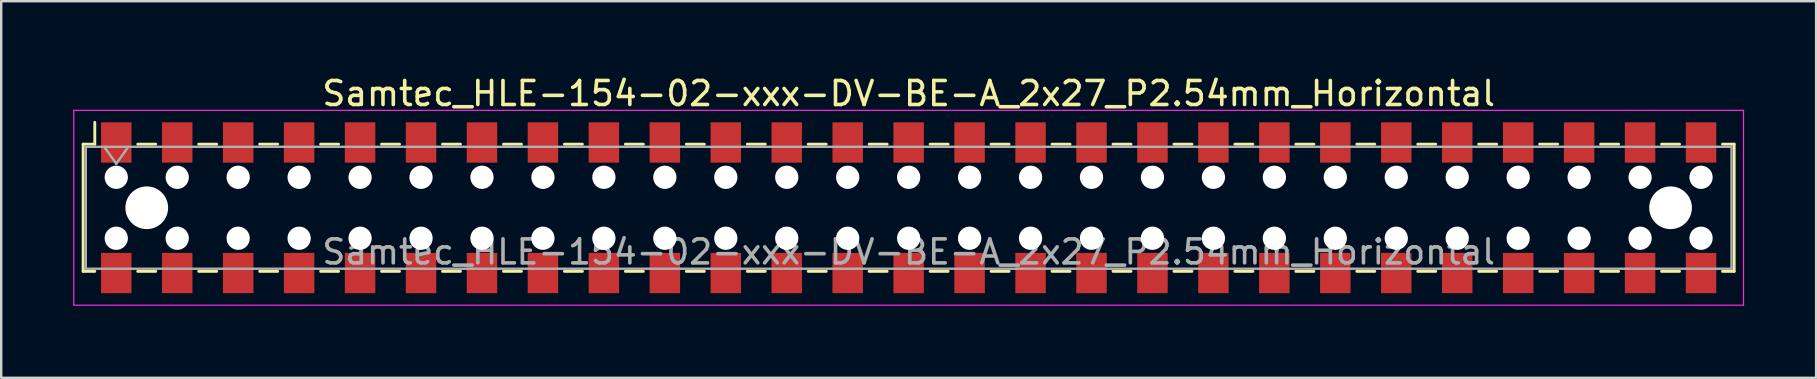
<source format=kicad_pcb>
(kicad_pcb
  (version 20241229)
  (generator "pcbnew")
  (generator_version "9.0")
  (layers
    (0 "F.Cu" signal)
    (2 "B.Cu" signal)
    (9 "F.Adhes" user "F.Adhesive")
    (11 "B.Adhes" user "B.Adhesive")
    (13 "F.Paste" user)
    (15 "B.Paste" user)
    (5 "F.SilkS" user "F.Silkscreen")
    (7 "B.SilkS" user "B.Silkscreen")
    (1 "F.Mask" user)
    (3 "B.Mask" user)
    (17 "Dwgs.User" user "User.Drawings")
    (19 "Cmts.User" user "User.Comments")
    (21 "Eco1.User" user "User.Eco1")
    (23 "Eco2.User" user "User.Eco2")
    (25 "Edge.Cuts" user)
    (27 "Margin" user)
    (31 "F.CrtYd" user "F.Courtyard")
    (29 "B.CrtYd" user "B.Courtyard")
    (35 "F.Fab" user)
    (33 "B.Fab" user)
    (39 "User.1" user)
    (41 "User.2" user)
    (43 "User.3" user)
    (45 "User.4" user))
  (footprint "Samtec_HLE-154-02-xxx-DV-BE-A_2x27_P2.54mm_Horizontal"
    (layer "F.Cu")
    (at 34.815 5.608)
    (property "Reference" "Samtec_HLE-154-02-xxx-DV-BE-A_2x27_P2.54mm_Horizontal" (at 0 -4.76 0) (layer "F.SilkS") (effects (font (size 1 1) (thickness 0.15))))
    (attr smd)
    (fp_line (start -34.4 -2.65) (end -34.4 2.65) (stroke (width 0.12) (type solid)) (layer "F.SilkS"))
    (fp_line (start -34.4 2.65) (end -33.915 2.65) (stroke (width 0.12) (type solid)) (layer "F.SilkS"))
    (fp_line (start -33.915 -3.56) (end -33.915 -2.65) (stroke (width 0.12) (type solid)) (layer "F.SilkS"))
    (fp_line (start -33.915 -2.65) (end -34.4 -2.65) (stroke (width 0.12) (type solid)) (layer "F.SilkS"))
    (fp_line (start -32.125 -2.65) (end -31.375 -2.65) (stroke (width 0.12) (type solid)) (layer "F.SilkS"))
    (fp_line (start -32.125 2.65) (end -31.375 2.65) (stroke (width 0.12) (type solid)) (layer "F.SilkS"))
    (fp_line (start -29.585 -2.65) (end -28.835 -2.65) (stroke (width 0.12) (type solid)) (layer "F.SilkS"))
    (fp_line (start -29.585 2.65) (end -28.835 2.65) (stroke (width 0.12) (type solid)) (layer "F.SilkS"))
    (fp_line (start -27.045 -2.65) (end -26.295 -2.65) (stroke (width 0.12) (type solid)) (layer "F.SilkS"))
    (fp_line (start -27.045 2.65) (end -26.295 2.65) (stroke (width 0.12) (type solid)) (layer "F.SilkS"))
    (fp_line (start -24.505 -2.65) (end -23.755 -2.65) (stroke (width 0.12) (type solid)) (layer "F.SilkS"))
    (fp_line (start -24.505 2.65) (end -23.755 2.65) (stroke (width 0.12) (type solid)) (layer "F.SilkS"))
    (fp_line (start -21.965 -2.65) (end -21.215 -2.65) (stroke (width 0.12) (type solid)) (layer "F.SilkS"))
    (fp_line (start -21.965 2.65) (end -21.215 2.65) (stroke (width 0.12) (type solid)) (layer "F.SilkS"))
    (fp_line (start -19.425 -2.65) (end -18.675 -2.65) (stroke (width 0.12) (type solid)) (layer "F.SilkS"))
    (fp_line (start -19.425 2.65) (end -18.675 2.65) (stroke (width 0.12) (type solid)) (layer "F.SilkS"))
    (fp_line (start -16.885 -2.65) (end -16.135 -2.65) (stroke (width 0.12) (type solid)) (layer "F.SilkS"))
    (fp_line (start -16.885 2.65) (end -16.135 2.65) (stroke (width 0.12) (type solid)) (layer "F.SilkS"))
    (fp_line (start -14.345 -2.65) (end -13.595 -2.65) (stroke (width 0.12) (type solid)) (layer "F.SilkS"))
    (fp_line (start -14.345 2.65) (end -13.595 2.65) (stroke (width 0.12) (type solid)) (layer "F.SilkS"))
    (fp_line (start -11.805 -2.65) (end -11.055 -2.65) (stroke (width 0.12) (type solid)) (layer "F.SilkS"))
    (fp_line (start -11.805 2.65) (end -11.055 2.65) (stroke (width 0.12) (type solid)) (layer "F.SilkS"))
    (fp_line (start -9.265 -2.65) (end -8.515 -2.65) (stroke (width 0.12) (type solid)) (layer "F.SilkS"))
    (fp_line (start -9.265 2.65) (end -8.515 2.65) (stroke (width 0.12) (type solid)) (layer "F.SilkS"))
    (fp_line (start -6.725 -2.65) (end -5.975 -2.65) (stroke (width 0.12) (type solid)) (layer "F.SilkS"))
    (fp_line (start -6.725 2.65) (end -5.975 2.65) (stroke (width 0.12) (type solid)) (layer "F.SilkS"))
    (fp_line (start -4.185 -2.65) (end -3.435 -2.65) (stroke (width 0.12) (type solid)) (layer "F.SilkS"))
    (fp_line (start -4.185 2.65) (end -3.435 2.65) (stroke (width 0.12) (type solid)) (layer "F.SilkS"))
    (fp_line (start -1.645 -2.65) (end -0.895 -2.65) (stroke (width 0.12) (type solid)) (layer "F.SilkS"))
    (fp_line (start -1.645 2.65) (end -0.895 2.65) (stroke (width 0.12) (type solid)) (layer "F.SilkS"))
    (fp_line (start 0.895 -2.65) (end 1.645 -2.65) (stroke (width 0.12) (type solid)) (layer "F.SilkS"))
    (fp_line (start 0.895 2.65) (end 1.645 2.65) (stroke (width 0.12) (type solid)) (layer "F.SilkS"))
    (fp_line (start 3.435 -2.65) (end 4.185 -2.65) (stroke (width 0.12) (type solid)) (layer "F.SilkS"))
    (fp_line (start 3.435 2.65) (end 4.185 2.65) (stroke (width 0.12) (type solid)) (layer "F.SilkS"))
    (fp_line (start 5.975 -2.65) (end 6.725 -2.65) (stroke (width 0.12) (type solid)) (layer "F.SilkS"))
    (fp_line (start 5.975 2.65) (end 6.725 2.65) (stroke (width 0.12) (type solid)) (layer "F.SilkS"))
    (fp_line (start 8.515 -2.65) (end 9.265 -2.65) (stroke (width 0.12) (type solid)) (layer "F.SilkS"))
    (fp_line (start 8.515 2.65) (end 9.265 2.65) (stroke (width 0.12) (type solid)) (layer "F.SilkS"))
    (fp_line (start 11.055 -2.65) (end 11.805 -2.65) (stroke (width 0.12) (type solid)) (layer "F.SilkS"))
    (fp_line (start 11.055 2.65) (end 11.805 2.65) (stroke (width 0.12) (type solid)) (layer "F.SilkS"))
    (fp_line (start 13.595 -2.65) (end 14.345 -2.65) (stroke (width 0.12) (type solid)) (layer "F.SilkS"))
    (fp_line (start 13.595 2.65) (end 14.345 2.65) (stroke (width 0.12) (type solid)) (layer "F.SilkS"))
    (fp_line (start 16.135 -2.65) (end 16.885 -2.65) (stroke (width 0.12) (type solid)) (layer "F.SilkS"))
    (fp_line (start 16.135 2.65) (end 16.885 2.65) (stroke (width 0.12) (type solid)) (layer "F.SilkS"))
    (fp_line (start 18.675 -2.65) (end 19.425 -2.65) (stroke (width 0.12) (type solid)) (layer "F.SilkS"))
    (fp_line (start 18.675 2.65) (end 19.425 2.65) (stroke (width 0.12) (type solid)) (layer "F.SilkS"))
    (fp_line (start 21.215 -2.65) (end 21.965 -2.65) (stroke (width 0.12) (type solid)) (layer "F.SilkS"))
    (fp_line (start 21.215 2.65) (end 21.965 2.65) (stroke (width 0.12) (type solid)) (layer "F.SilkS"))
    (fp_line (start 23.755 -2.65) (end 24.505 -2.65) (stroke (width 0.12) (type solid)) (layer "F.SilkS"))
    (fp_line (start 23.755 2.65) (end 24.505 2.65) (stroke (width 0.12) (type solid)) (layer "F.SilkS"))
    (fp_line (start 26.295 -2.65) (end 27.045 -2.65) (stroke (width 0.12) (type solid)) (layer "F.SilkS"))
    (fp_line (start 26.295 2.65) (end 27.045 2.65) (stroke (width 0.12) (type solid)) (layer "F.SilkS"))
    (fp_line (start 28.835 -2.65) (end 29.585 -2.65) (stroke (width 0.12) (type solid)) (layer "F.SilkS"))
    (fp_line (start 28.835 2.65) (end 29.585 2.65) (stroke (width 0.12) (type solid)) (layer "F.SilkS"))
    (fp_line (start 31.375 -2.65) (end 32.125 -2.65) (stroke (width 0.12) (type solid)) (layer "F.SilkS"))
    (fp_line (start 31.375 2.65) (end 32.125 2.65) (stroke (width 0.12) (type solid)) (layer "F.SilkS"))
    (fp_line (start 33.915 -2.65) (end 34.4 -2.65) (stroke (width 0.12) (type solid)) (layer "F.SilkS"))
    (fp_line (start 34.4 -2.65) (end 34.4 2.65) (stroke (width 0.12) (type solid)) (layer "F.SilkS"))
    (fp_line (start 34.4 2.65) (end 33.915 2.65) (stroke (width 0.12) (type solid)) (layer "F.SilkS"))
    (fp_line (start -34.79 -4.06) (end 34.79 -4.06) (stroke (width 0.05) (type solid)) (layer "F.CrtYd"))
    (fp_line (start -34.79 4.06) (end -34.79 -4.06) (stroke (width 0.05) (type solid)) (layer "F.CrtYd"))
    (fp_line (start 34.79 -4.06) (end 34.79 4.06) (stroke (width 0.05) (type solid)) (layer "F.CrtYd"))
    (fp_line (start 34.79 4.06) (end -34.79 4.06) (stroke (width 0.05) (type solid)) (layer "F.CrtYd"))
    (fp_line (start -34.29 -2.54) (end 34.29 -2.54) (stroke (width 0.1) (type solid)) (layer "F.Fab"))
    (fp_line (start -34.29 2.54) (end -34.29 -2.54) (stroke (width 0.1) (type solid)) (layer "F.Fab"))
    (fp_line (start -33.52 -2.54) (end -33.02 -1.833) (stroke (width 0.1) (type solid)) (layer "F.Fab"))
    (fp_line (start -33.02 -1.833) (end -32.52 -2.54) (stroke (width 0.1) (type solid)) (layer "F.Fab"))
    (fp_line (start 34.29 -2.54) (end 34.29 2.54) (stroke (width 0.1) (type solid)) (layer "F.Fab"))
    (fp_line (start 34.29 2.54) (end -34.29 2.54) (stroke (width 0.1) (type solid)) (layer "F.Fab"))
    (fp_text user "${REFERENCE}" (at 0 1.84 0) (layer "F.Fab") (effects (font (size 1 1) (thickness 0.15))))
    (pad "" np_thru_hole circle (at -33.02 -1.27) (size 0.97 0.97) (drill 0.97) (layers "*.Cu" "*.Mask"))
    (pad "" np_thru_hole circle (at -33.02 1.27) (size 0.97 0.97) (drill 0.97) (layers "*.Cu" "*.Mask"))
    (pad "" np_thru_hole circle (at -31.75 0) (size 1.78 1.78) (drill 1.78) (layers "*.Cu" "*.Mask"))
    (pad "" np_thru_hole circle (at -30.48 -1.27) (size 0.97 0.97) (drill 0.97) (layers "*.Cu" "*.Mask"))
    (pad "" np_thru_hole circle (at -30.48 1.27) (size 0.97 0.97) (drill 0.97) (layers "*.Cu" "*.Mask"))
    (pad "" np_thru_hole circle (at -27.94 -1.27) (size 0.97 0.97) (drill 0.97) (layers "*.Cu" "*.Mask"))
    (pad "" np_thru_hole circle (at -27.94 1.27) (size 0.97 0.97) (drill 0.97) (layers "*.Cu" "*.Mask"))
    (pad "" np_thru_hole circle (at -25.4 -1.27) (size 0.97 0.97) (drill 0.97) (layers "*.Cu" "*.Mask"))
    (pad "" np_thru_hole circle (at -25.4 1.27) (size 0.97 0.97) (drill 0.97) (layers "*.Cu" "*.Mask"))
    (pad "" np_thru_hole circle (at -22.86 -1.27) (size 0.97 0.97) (drill 0.97) (layers "*.Cu" "*.Mask"))
    (pad "" np_thru_hole circle (at -22.86 1.27) (size 0.97 0.97) (drill 0.97) (layers "*.Cu" "*.Mask"))
    (pad "" np_thru_hole circle (at -20.32 -1.27) (size 0.97 0.97) (drill 0.97) (layers "*.Cu" "*.Mask"))
    (pad "" np_thru_hole circle (at -20.32 1.27) (size 0.97 0.97) (drill 0.97) (layers "*.Cu" "*.Mask"))
    (pad "" np_thru_hole circle (at -17.78 -1.27) (size 0.97 0.97) (drill 0.97) (layers "*.Cu" "*.Mask"))
    (pad "" np_thru_hole circle (at -17.78 1.27) (size 0.97 0.97) (drill 0.97) (layers "*.Cu" "*.Mask"))
    (pad "" np_thru_hole circle (at -15.24 -1.27) (size 0.97 0.97) (drill 0.97) (layers "*.Cu" "*.Mask"))
    (pad "" np_thru_hole circle (at -15.24 1.27) (size 0.97 0.97) (drill 0.97) (layers "*.Cu" "*.Mask"))
    (pad "" np_thru_hole circle (at -12.7 -1.27) (size 0.97 0.97) (drill 0.97) (layers "*.Cu" "*.Mask"))
    (pad "" np_thru_hole circle (at -12.7 1.27) (size 0.97 0.97) (drill 0.97) (layers "*.Cu" "*.Mask"))
    (pad "" np_thru_hole circle (at -10.16 -1.27) (size 0.97 0.97) (drill 0.97) (layers "*.Cu" "*.Mask"))
    (pad "" np_thru_hole circle (at -10.16 1.27) (size 0.97 0.97) (drill 0.97) (layers "*.Cu" "*.Mask"))
    (pad "" np_thru_hole circle (at -7.62 -1.27) (size 0.97 0.97) (drill 0.97) (layers "*.Cu" "*.Mask"))
    (pad "" np_thru_hole circle (at -7.62 1.27) (size 0.97 0.97) (drill 0.97) (layers "*.Cu" "*.Mask"))
    (pad "" np_thru_hole circle (at -5.08 -1.27) (size 0.97 0.97) (drill 0.97) (layers "*.Cu" "*.Mask"))
    (pad "" np_thru_hole circle (at -5.08 1.27) (size 0.97 0.97) (drill 0.97) (layers "*.Cu" "*.Mask"))
    (pad "" np_thru_hole circle (at -2.54 -1.27) (size 0.97 0.97) (drill 0.97) (layers "*.Cu" "*.Mask"))
    (pad "" np_thru_hole circle (at -2.54 1.27) (size 0.97 0.97) (drill 0.97) (layers "*.Cu" "*.Mask"))
    (pad "" np_thru_hole circle (at 0 -1.27) (size 0.97 0.97) (drill 0.97) (layers "*.Cu" "*.Mask"))
    (pad "" np_thru_hole circle (at 0 1.27) (size 0.97 0.97) (drill 0.97) (layers "*.Cu" "*.Mask"))
    (pad "" np_thru_hole circle (at 2.54 -1.27) (size 0.97 0.97) (drill 0.97) (layers "*.Cu" "*.Mask"))
    (pad "" np_thru_hole circle (at 2.54 1.27) (size 0.97 0.97) (drill 0.97) (layers "*.Cu" "*.Mask"))
    (pad "" np_thru_hole circle (at 5.08 -1.27) (size 0.97 0.97) (drill 0.97) (layers "*.Cu" "*.Mask"))
    (pad "" np_thru_hole circle (at 5.08 1.27) (size 0.97 0.97) (drill 0.97) (layers "*.Cu" "*.Mask"))
    (pad "" np_thru_hole circle (at 7.62 -1.27) (size 0.97 0.97) (drill 0.97) (layers "*.Cu" "*.Mask"))
    (pad "" np_thru_hole circle (at 7.62 1.27) (size 0.97 0.97) (drill 0.97) (layers "*.Cu" "*.Mask"))
    (pad "" np_thru_hole circle (at 10.16 -1.27) (size 0.97 0.97) (drill 0.97) (layers "*.Cu" "*.Mask"))
    (pad "" np_thru_hole circle (at 10.16 1.27) (size 0.97 0.97) (drill 0.97) (layers "*.Cu" "*.Mask"))
    (pad "" np_thru_hole circle (at 12.7 -1.27) (size 0.97 0.97) (drill 0.97) (layers "*.Cu" "*.Mask"))
    (pad "" np_thru_hole circle (at 12.7 1.27) (size 0.97 0.97) (drill 0.97) (layers "*.Cu" "*.Mask"))
    (pad "" np_thru_hole circle (at 15.24 -1.27) (size 0.97 0.97) (drill 0.97) (layers "*.Cu" "*.Mask"))
    (pad "" np_thru_hole circle (at 15.24 1.27) (size 0.97 0.97) (drill 0.97) (layers "*.Cu" "*.Mask"))
    (pad "" np_thru_hole circle (at 17.78 -1.27) (size 0.97 0.97) (drill 0.97) (layers "*.Cu" "*.Mask"))
    (pad "" np_thru_hole circle (at 17.78 1.27) (size 0.97 0.97) (drill 0.97) (layers "*.Cu" "*.Mask"))
    (pad "" np_thru_hole circle (at 20.32 -1.27) (size 0.97 0.97) (drill 0.97) (layers "*.Cu" "*.Mask"))
    (pad "" np_thru_hole circle (at 20.32 1.27) (size 0.97 0.97) (drill 0.97) (layers "*.Cu" "*.Mask"))
    (pad "" np_thru_hole circle (at 22.86 -1.27) (size 0.97 0.97) (drill 0.97) (layers "*.Cu" "*.Mask"))
    (pad "" np_thru_hole circle (at 22.86 1.27) (size 0.97 0.97) (drill 0.97) (layers "*.Cu" "*.Mask"))
    (pad "" np_thru_hole circle (at 25.4 -1.27) (size 0.97 0.97) (drill 0.97) (layers "*.Cu" "*.Mask"))
    (pad "" np_thru_hole circle (at 25.4 1.27) (size 0.97 0.97) (drill 0.97) (layers "*.Cu" "*.Mask"))
    (pad "" np_thru_hole circle (at 27.94 -1.27) (size 0.97 0.97) (drill 0.97) (layers "*.Cu" "*.Mask"))
    (pad "" np_thru_hole circle (at 27.94 1.27) (size 0.97 0.97) (drill 0.97) (layers "*.Cu" "*.Mask"))
    (pad "" np_thru_hole circle (at 30.48 -1.27) (size 0.97 0.97) (drill 0.97) (layers "*.Cu" "*.Mask"))
    (pad "" np_thru_hole circle (at 30.48 1.27) (size 0.97 0.97) (drill 0.97) (layers "*.Cu" "*.Mask"))
    (pad "" np_thru_hole circle (at 31.75 0) (size 1.78 1.78) (drill 1.78) (layers "*.Cu" "*.Mask"))
    (pad "" np_thru_hole circle (at 33.02 -1.27) (size 0.97 0.97) (drill 0.97) (layers "*.Cu" "*.Mask"))
    (pad "" np_thru_hole circle (at 33.02 1.27) (size 0.97 0.97) (drill 0.97) (layers "*.Cu" "*.Mask"))
    (pad "1" smd rect (at -33.02 -2.72) (size 1.27 1.68) (layers "F.Cu" "F.Mask" "F.Paste"))
    (pad "2" smd rect (at -33.02 2.72) (size 1.27 1.68) (layers "F.Cu" "F.Mask" "F.Paste"))
    (pad "3" smd rect (at -30.48 -2.72) (size 1.27 1.68) (layers "F.Cu" "F.Mask" "F.Paste"))
    (pad "4" smd rect (at -30.48 2.72) (size 1.27 1.68) (layers "F.Cu" "F.Mask" "F.Paste"))
    (pad "5" smd rect (at -27.94 -2.72) (size 1.27 1.68) (layers "F.Cu" "F.Mask" "F.Paste"))
    (pad "6" smd rect (at -27.94 2.72) (size 1.27 1.68) (layers "F.Cu" "F.Mask" "F.Paste"))
    (pad "7" smd rect (at -25.4 -2.72) (size 1.27 1.68) (layers "F.Cu" "F.Mask" "F.Paste"))
    (pad "8" smd rect (at -25.4 2.72) (size 1.27 1.68) (layers "F.Cu" "F.Mask" "F.Paste"))
    (pad "9" smd rect (at -22.86 -2.72) (size 1.27 1.68) (layers "F.Cu" "F.Mask" "F.Paste"))
    (pad "10" smd rect (at -22.86 2.72) (size 1.27 1.68) (layers "F.Cu" "F.Mask" "F.Paste"))
    (pad "11" smd rect (at -20.32 -2.72) (size 1.27 1.68) (layers "F.Cu" "F.Mask" "F.Paste"))
    (pad "12" smd rect (at -20.32 2.72) (size 1.27 1.68) (layers "F.Cu" "F.Mask" "F.Paste"))
    (pad "13" smd rect (at -17.78 -2.72) (size 1.27 1.68) (layers "F.Cu" "F.Mask" "F.Paste"))
    (pad "14" smd rect (at -17.78 2.72) (size 1.27 1.68) (layers "F.Cu" "F.Mask" "F.Paste"))
    (pad "15" smd rect (at -15.24 -2.72) (size 1.27 1.68) (layers "F.Cu" "F.Mask" "F.Paste"))
    (pad "16" smd rect (at -15.24 2.72) (size 1.27 1.68) (layers "F.Cu" "F.Mask" "F.Paste"))
    (pad "17" smd rect (at -12.7 -2.72) (size 1.27 1.68) (layers "F.Cu" "F.Mask" "F.Paste"))
    (pad "18" smd rect (at -12.7 2.72) (size 1.27 1.68) (layers "F.Cu" "F.Mask" "F.Paste"))
    (pad "19" smd rect (at -10.16 -2.72) (size 1.27 1.68) (layers "F.Cu" "F.Mask" "F.Paste"))
    (pad "20" smd rect (at -10.16 2.72) (size 1.27 1.68) (layers "F.Cu" "F.Mask" "F.Paste"))
    (pad "21" smd rect (at -7.62 -2.72) (size 1.27 1.68) (layers "F.Cu" "F.Mask" "F.Paste"))
    (pad "22" smd rect (at -7.62 2.72) (size 1.27 1.68) (layers "F.Cu" "F.Mask" "F.Paste"))
    (pad "23" smd rect (at -5.08 -2.72) (size 1.27 1.68) (layers "F.Cu" "F.Mask" "F.Paste"))
    (pad "24" smd rect (at -5.08 2.72) (size 1.27 1.68) (layers "F.Cu" "F.Mask" "F.Paste"))
    (pad "25" smd rect (at -2.54 -2.72) (size 1.27 1.68) (layers "F.Cu" "F.Mask" "F.Paste"))
    (pad "26" smd rect (at -2.54 2.72) (size 1.27 1.68) (layers "F.Cu" "F.Mask" "F.Paste"))
    (pad "27" smd rect (at 0 -2.72) (size 1.27 1.68) (layers "F.Cu" "F.Mask" "F.Paste"))
    (pad "28" smd rect (at 0 2.72) (size 1.27 1.68) (layers "F.Cu" "F.Mask" "F.Paste"))
    (pad "29" smd rect (at 2.54 -2.72) (size 1.27 1.68) (layers "F.Cu" "F.Mask" "F.Paste"))
    (pad "30" smd rect (at 2.54 2.72) (size 1.27 1.68) (layers "F.Cu" "F.Mask" "F.Paste"))
    (pad "31" smd rect (at 5.08 -2.72) (size 1.27 1.68) (layers "F.Cu" "F.Mask" "F.Paste"))
    (pad "32" smd rect (at 5.08 2.72) (size 1.27 1.68) (layers "F.Cu" "F.Mask" "F.Paste"))
    (pad "33" smd rect (at 7.62 -2.72) (size 1.27 1.68) (layers "F.Cu" "F.Mask" "F.Paste"))
    (pad "34" smd rect (at 7.62 2.72) (size 1.27 1.68) (layers "F.Cu" "F.Mask" "F.Paste"))
    (pad "35" smd rect (at 10.16 -2.72) (size 1.27 1.68) (layers "F.Cu" "F.Mask" "F.Paste"))
    (pad "36" smd rect (at 10.16 2.72) (size 1.27 1.68) (layers "F.Cu" "F.Mask" "F.Paste"))
    (pad "37" smd rect (at 12.7 -2.72) (size 1.27 1.68) (layers "F.Cu" "F.Mask" "F.Paste"))
    (pad "38" smd rect (at 12.7 2.72) (size 1.27 1.68) (layers "F.Cu" "F.Mask" "F.Paste"))
    (pad "39" smd rect (at 15.24 -2.72) (size 1.27 1.68) (layers "F.Cu" "F.Mask" "F.Paste"))
    (pad "40" smd rect (at 15.24 2.72) (size 1.27 1.68) (layers "F.Cu" "F.Mask" "F.Paste"))
    (pad "41" smd rect (at 17.78 -2.72) (size 1.27 1.68) (layers "F.Cu" "F.Mask" "F.Paste"))
    (pad "42" smd rect (at 17.78 2.72) (size 1.27 1.68) (layers "F.Cu" "F.Mask" "F.Paste"))
    (pad "43" smd rect (at 20.32 -2.72) (size 1.27 1.68) (layers "F.Cu" "F.Mask" "F.Paste"))
    (pad "44" smd rect (at 20.32 2.72) (size 1.27 1.68) (layers "F.Cu" "F.Mask" "F.Paste"))
    (pad "45" smd rect (at 22.86 -2.72) (size 1.27 1.68) (layers "F.Cu" "F.Mask" "F.Paste"))
    (pad "46" smd rect (at 22.86 2.72) (size 1.27 1.68) (layers "F.Cu" "F.Mask" "F.Paste"))
    (pad "47" smd rect (at 25.4 -2.72) (size 1.27 1.68) (layers "F.Cu" "F.Mask" "F.Paste"))
    (pad "48" smd rect (at 25.4 2.72) (size 1.27 1.68) (layers "F.Cu" "F.Mask" "F.Paste"))
    (pad "49" smd rect (at 27.94 -2.72) (size 1.27 1.68) (layers "F.Cu" "F.Mask" "F.Paste"))
    (pad "50" smd rect (at 27.94 2.72) (size 1.27 1.68) (layers "F.Cu" "F.Mask" "F.Paste"))
    (pad "51" smd rect (at 30.48 -2.72) (size 1.27 1.68) (layers "F.Cu" "F.Mask" "F.Paste"))
    (pad "52" smd rect (at 30.48 2.72) (size 1.27 1.68) (layers "F.Cu" "F.Mask" "F.Paste"))
    (pad "53" smd rect (at 33.02 -2.72) (size 1.27 1.68) (layers "F.Cu" "F.Mask" "F.Paste"))
    (pad "54" smd rect (at 33.02 2.72) (size 1.27 1.68) (layers "F.Cu" "F.Mask" "F.Paste")))
  (gr_rect
    (start -3 -3)
    (end 72.63 12.693)
    (stroke (width 0.1) (type default))
    (fill no)
    (layer "Edge.Cuts")))
</source>
